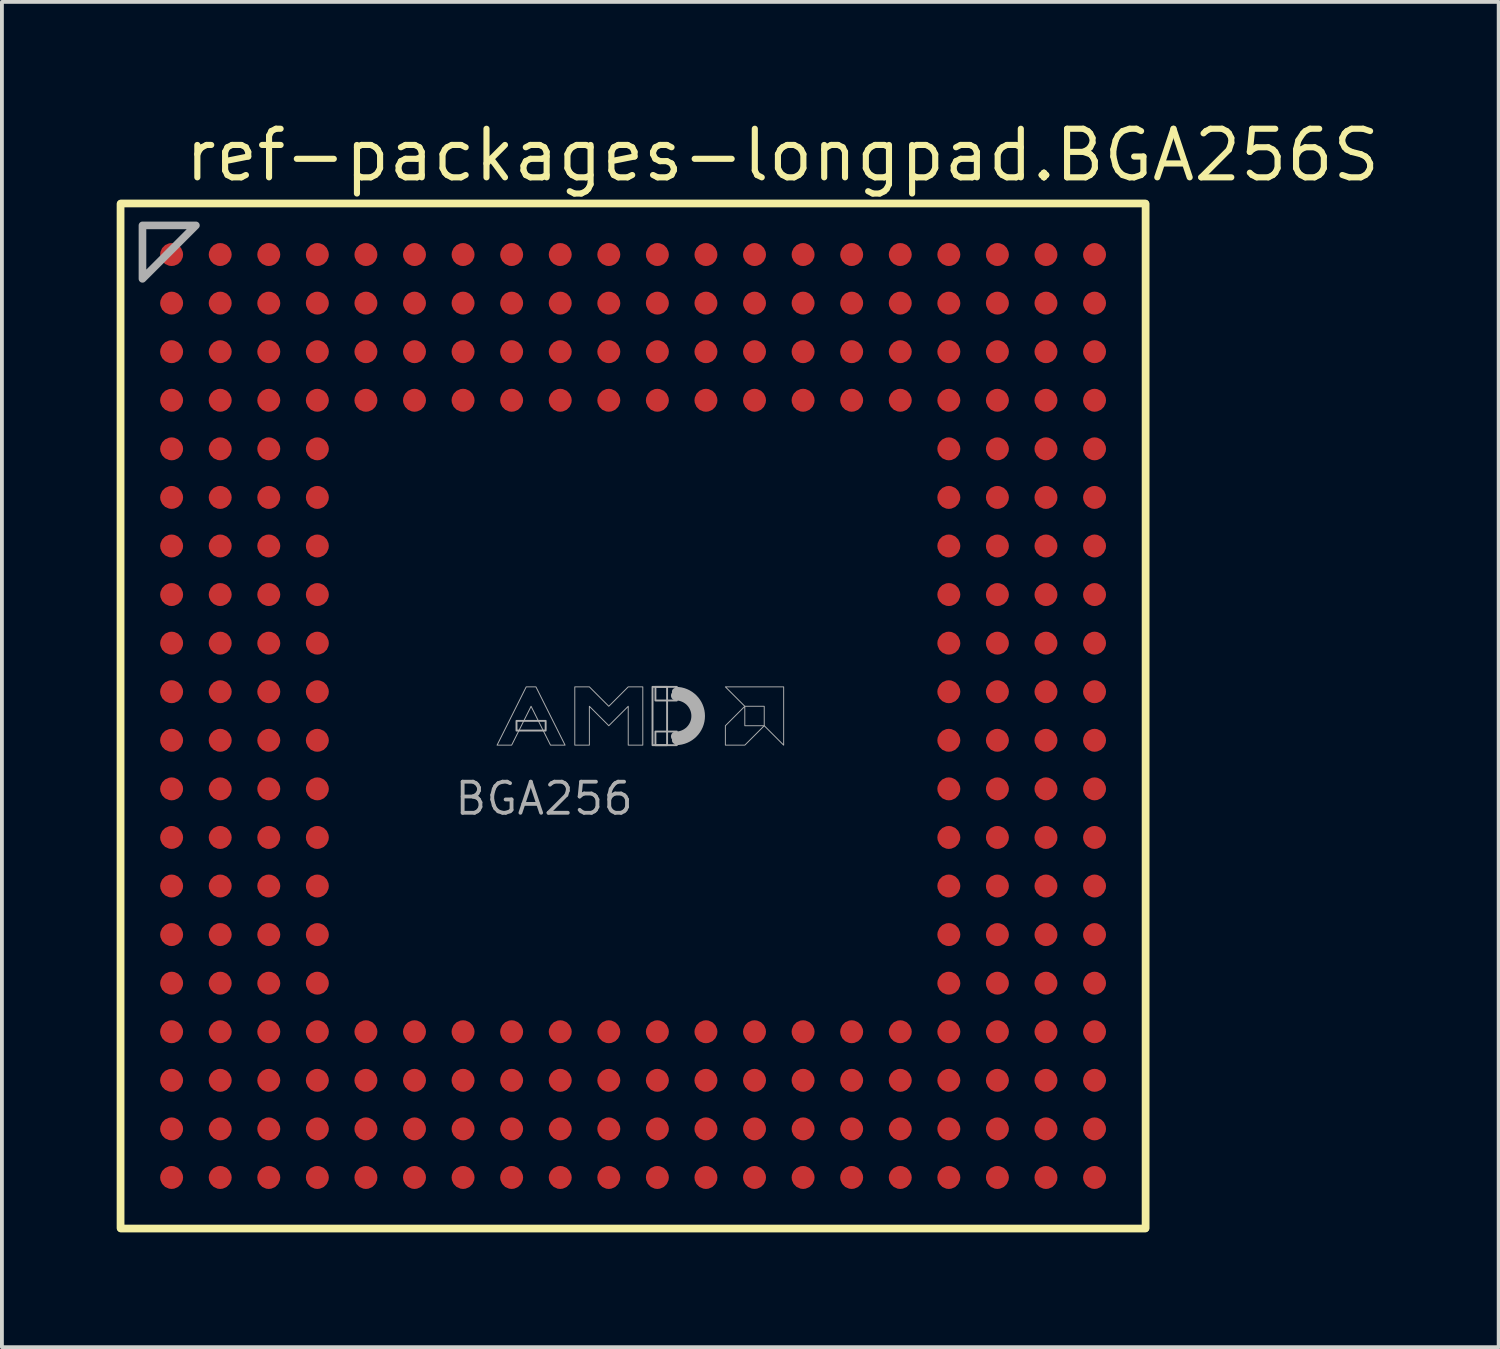
<source format=kicad_pcb>
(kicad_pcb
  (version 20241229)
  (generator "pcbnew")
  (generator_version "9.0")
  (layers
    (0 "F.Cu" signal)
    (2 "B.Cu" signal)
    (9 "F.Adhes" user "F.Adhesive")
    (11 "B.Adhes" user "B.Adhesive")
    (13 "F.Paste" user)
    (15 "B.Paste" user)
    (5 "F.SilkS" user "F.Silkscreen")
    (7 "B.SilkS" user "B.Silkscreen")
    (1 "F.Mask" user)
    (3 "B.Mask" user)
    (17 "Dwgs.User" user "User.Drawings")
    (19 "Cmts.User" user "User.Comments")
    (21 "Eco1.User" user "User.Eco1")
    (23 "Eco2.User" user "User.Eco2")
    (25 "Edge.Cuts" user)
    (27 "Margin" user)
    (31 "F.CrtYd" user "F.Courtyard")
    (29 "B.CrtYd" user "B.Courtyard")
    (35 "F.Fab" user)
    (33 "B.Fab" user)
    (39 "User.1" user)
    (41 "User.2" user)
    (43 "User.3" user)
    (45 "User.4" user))
  (footprint "ref-packages-longpad.BGA256S"
    (layer "F.Cu")
    (at 13.502 15.67)
    (property "Reference" "ref-packages-longpad.BGA256S" (at -11.8 -13.92 0) (layer "F.SilkS") (effects (font (size 1.27 1.27) (thickness 0.16)) (justify left bottom)))
    (attr smd)
    (fp_line (start -13.4 13.389) (end -13.4 -13.389) (stroke (width 0.203) (type default)) (layer "F.SilkS"))
    (fp_line (start -13.389 -13.4) (end 13.389 -13.4) (stroke (width 0.203) (type default)) (layer "F.SilkS"))
    (fp_line (start 13.389 13.4) (end -13.389 13.4) (stroke (width 0.203) (type default)) (layer "F.SilkS"))
    (fp_line (start 13.4 -13.389) (end 13.4 13.389) (stroke (width 0.203) (type default)) (layer "F.SilkS"))
    (fp_rect (start -3.048 0.381) (end -2.286 0.127) (stroke (width 0.05) (type default)) (fill no) (layer "F.Fab"))
    (fp_rect (start 0.508 0.762) (end 0.889 -0.762) (stroke (width 0.05) (type default)) (fill no) (layer "F.Fab"))
    (fp_rect (start 0.584 -0.406) (end 1.143 -0.762) (stroke (width 0.05) (type default)) (fill no) (layer "F.Fab"))
    (fp_rect (start 0.584 0.762) (end 1.143 0.406) (stroke (width 0.05) (type default)) (fill no) (layer "F.Fab"))
    (fp_arc (start 1.1176 -0.7366) (mid 1.8542 0) (end 1.1176 0.7366) (stroke (width 0.0508) (type default)) (layer "F.Fab"))
    (fp_arc (start 1.1176 -0.635) (mid 1.7526 0) (end 1.1176 0.635) (stroke (width 0.2032) (type default)) (layer "F.Fab"))
    (fp_arc (start 1.1176 -0.5334) (mid 1.651 0) (end 1.1176 0.5334) (stroke (width 0.254) (type default)) (layer "F.Fab"))
    (fp_poly (pts (xy -12.827 -12.827) (xy -11.43 -12.827) (xy -12.827 -11.43)) (stroke (width 0.2) (type default)) (fill no) (layer "F.Fab"))
    (fp_poly (pts (xy 2.413 -0.762) (xy 3.937 -0.762) (xy 3.937 0.762) (xy 3.429 0.254) (xy 3.429 -0.254) (xy 2.921 -0.254)) (stroke (width 0.025) (type default)) (fill no) (layer "F.Fab"))
    (fp_poly (pts (xy 2.921 -0.254) (xy 2.413 0.254) (xy 2.413 0.762) (xy 2.921 0.762) (xy 3.429 0.254) (xy 2.921 0.254)) (stroke (width 0.025) (type default)) (fill no) (layer "F.Fab"))
    (fp_poly (pts (xy -3.556 0.762) (xy -2.794 -0.762) (xy -2.54 -0.762) (xy -1.778 0.762) (xy -2.159 0.762) (xy -2.667 -0.254) (xy -3.175 0.762)) (stroke (width 0.025) (type default)) (fill no) (layer "F.Fab"))
    (fp_poly (pts (xy -1.524 0.762) (xy -1.524 -0.762) (xy -1.143 -0.762) (xy -0.635 -0.254) (xy -0.127 -0.762) (xy 0.254 -0.762) (xy 0.254 0.762) (xy -0.127 0.762) (xy -0.127 -0.254) (xy -0.635 0.254) (xy -1.143 -0.254) (xy -1.143 0.762)) (stroke (width 0.025) (type default)) (fill no) (layer "F.Fab"))
    (fp_text user "BGA256" (at -4.715 2.635 0) (layer "F.Fab") (effects (font (size 0.813 0.813) (thickness 0.1)) (justify left bottom)))
    (pad "A1" smd roundrect (at -12.065 -12.065) (size 0.6 0.6) (layers "F.Cu" "F.Mask" "F.Paste") (roundrect_rratio 0.5))
    (pad "A2" smd roundrect (at -10.795 -12.065) (size 0.6 0.6) (layers "F.Cu" "F.Mask" "F.Paste") (roundrect_rratio 0.5))
    (pad "A3" smd roundrect (at -9.525 -12.065) (size 0.6 0.6) (layers "F.Cu" "F.Mask" "F.Paste") (roundrect_rratio 0.5))
    (pad "A4" smd roundrect (at -8.255 -12.065) (size 0.6 0.6) (layers "F.Cu" "F.Mask" "F.Paste") (roundrect_rratio 0.5))
    (pad "A5" smd roundrect (at -6.985 -12.065) (size 0.6 0.6) (layers "F.Cu" "F.Mask" "F.Paste") (roundrect_rratio 0.5))
    (pad "A6" smd roundrect (at -5.715 -12.065) (size 0.6 0.6) (layers "F.Cu" "F.Mask" "F.Paste") (roundrect_rratio 0.5))
    (pad "A7" smd roundrect (at -4.445 -12.065) (size 0.6 0.6) (layers "F.Cu" "F.Mask" "F.Paste") (roundrect_rratio 0.5))
    (pad "A8" smd roundrect (at -3.175 -12.065) (size 0.6 0.6) (layers "F.Cu" "F.Mask" "F.Paste") (roundrect_rratio 0.5))
    (pad "A9" smd roundrect (at -1.905 -12.065) (size 0.6 0.6) (layers "F.Cu" "F.Mask" "F.Paste") (roundrect_rratio 0.5))
    (pad "A10" smd roundrect (at -0.635 -12.065) (size 0.6 0.6) (layers "F.Cu" "F.Mask" "F.Paste") (roundrect_rratio 0.5))
    (pad "A11" smd roundrect (at 0.635 -12.065) (size 0.6 0.6) (layers "F.Cu" "F.Mask" "F.Paste") (roundrect_rratio 0.5))
    (pad "A12" smd roundrect (at 1.905 -12.065) (size 0.6 0.6) (layers "F.Cu" "F.Mask" "F.Paste") (roundrect_rratio 0.5))
    (pad "A13" smd roundrect (at 3.175 -12.065) (size 0.6 0.6) (layers "F.Cu" "F.Mask" "F.Paste") (roundrect_rratio 0.5))
    (pad "A14" smd roundrect (at 4.445 -12.065) (size 0.6 0.6) (layers "F.Cu" "F.Mask" "F.Paste") (roundrect_rratio 0.5))
    (pad "A15" smd roundrect (at 5.715 -12.065) (size 0.6 0.6) (layers "F.Cu" "F.Mask" "F.Paste") (roundrect_rratio 0.5))
    (pad "A16" smd roundrect (at 6.985 -12.065) (size 0.6 0.6) (layers "F.Cu" "F.Mask" "F.Paste") (roundrect_rratio 0.5))
    (pad "A17" smd roundrect (at 8.255 -12.065) (size 0.6 0.6) (layers "F.Cu" "F.Mask" "F.Paste") (roundrect_rratio 0.5))
    (pad "A18" smd roundrect (at 9.525 -12.065) (size 0.6 0.6) (layers "F.Cu" "F.Mask" "F.Paste") (roundrect_rratio 0.5))
    (pad "A19" smd roundrect (at 10.795 -12.065) (size 0.6 0.6) (layers "F.Cu" "F.Mask" "F.Paste") (roundrect_rratio 0.5))
    (pad "A20" smd roundrect (at 12.065 -12.065) (size 0.6 0.6) (layers "F.Cu" "F.Mask" "F.Paste") (roundrect_rratio 0.5))
    (pad "B1" smd roundrect (at -12.065 -10.795) (size 0.6 0.6) (layers "F.Cu" "F.Mask" "F.Paste") (roundrect_rratio 0.5))
    (pad "B2" smd roundrect (at -10.795 -10.795) (size 0.6 0.6) (layers "F.Cu" "F.Mask" "F.Paste") (roundrect_rratio 0.5))
    (pad "B3" smd roundrect (at -9.525 -10.795) (size 0.6 0.6) (layers "F.Cu" "F.Mask" "F.Paste") (roundrect_rratio 0.5))
    (pad "B4" smd roundrect (at -8.255 -10.795) (size 0.6 0.6) (layers "F.Cu" "F.Mask" "F.Paste") (roundrect_rratio 0.5))
    (pad "B5" smd roundrect (at -6.985 -10.795) (size 0.6 0.6) (layers "F.Cu" "F.Mask" "F.Paste") (roundrect_rratio 0.5))
    (pad "B6" smd roundrect (at -5.715 -10.795) (size 0.6 0.6) (layers "F.Cu" "F.Mask" "F.Paste") (roundrect_rratio 0.5))
    (pad "B7" smd roundrect (at -4.445 -10.795) (size 0.6 0.6) (layers "F.Cu" "F.Mask" "F.Paste") (roundrect_rratio 0.5))
    (pad "B8" smd roundrect (at -3.175 -10.795) (size 0.6 0.6) (layers "F.Cu" "F.Mask" "F.Paste") (roundrect_rratio 0.5))
    (pad "B9" smd roundrect (at -1.905 -10.795) (size 0.6 0.6) (layers "F.Cu" "F.Mask" "F.Paste") (roundrect_rratio 0.5))
    (pad "B10" smd roundrect (at -0.635 -10.795) (size 0.6 0.6) (layers "F.Cu" "F.Mask" "F.Paste") (roundrect_rratio 0.5))
    (pad "B11" smd roundrect (at 0.635 -10.795) (size 0.6 0.6) (layers "F.Cu" "F.Mask" "F.Paste") (roundrect_rratio 0.5))
    (pad "B12" smd roundrect (at 1.905 -10.795) (size 0.6 0.6) (layers "F.Cu" "F.Mask" "F.Paste") (roundrect_rratio 0.5))
    (pad "B13" smd roundrect (at 3.175 -10.795) (size 0.6 0.6) (layers "F.Cu" "F.Mask" "F.Paste") (roundrect_rratio 0.5))
    (pad "B14" smd roundrect (at 4.445 -10.795) (size 0.6 0.6) (layers "F.Cu" "F.Mask" "F.Paste") (roundrect_rratio 0.5))
    (pad "B15" smd roundrect (at 5.715 -10.795) (size 0.6 0.6) (layers "F.Cu" "F.Mask" "F.Paste") (roundrect_rratio 0.5))
    (pad "B16" smd roundrect (at 6.985 -10.795) (size 0.6 0.6) (layers "F.Cu" "F.Mask" "F.Paste") (roundrect_rratio 0.5))
    (pad "B17" smd roundrect (at 8.255 -10.795) (size 0.6 0.6) (layers "F.Cu" "F.Mask" "F.Paste") (roundrect_rratio 0.5))
    (pad "B18" smd roundrect (at 9.525 -10.795) (size 0.6 0.6) (layers "F.Cu" "F.Mask" "F.Paste") (roundrect_rratio 0.5))
    (pad "B19" smd roundrect (at 10.795 -10.795) (size 0.6 0.6) (layers "F.Cu" "F.Mask" "F.Paste") (roundrect_rratio 0.5))
    (pad "B20" smd roundrect (at 12.065 -10.795) (size 0.6 0.6) (layers "F.Cu" "F.Mask" "F.Paste") (roundrect_rratio 0.5))
    (pad "C1" smd roundrect (at -12.065 -9.525) (size 0.6 0.6) (layers "F.Cu" "F.Mask" "F.Paste") (roundrect_rratio 0.5))
    (pad "C2" smd roundrect (at -10.795 -9.525) (size 0.6 0.6) (layers "F.Cu" "F.Mask" "F.Paste") (roundrect_rratio 0.5))
    (pad "C3" smd roundrect (at -9.525 -9.525) (size 0.6 0.6) (layers "F.Cu" "F.Mask" "F.Paste") (roundrect_rratio 0.5))
    (pad "C4" smd roundrect (at -8.255 -9.525) (size 0.6 0.6) (layers "F.Cu" "F.Mask" "F.Paste") (roundrect_rratio 0.5))
    (pad "C5" smd roundrect (at -6.985 -9.525) (size 0.6 0.6) (layers "F.Cu" "F.Mask" "F.Paste") (roundrect_rratio 0.5))
    (pad "C6" smd roundrect (at -5.715 -9.525) (size 0.6 0.6) (layers "F.Cu" "F.Mask" "F.Paste") (roundrect_rratio 0.5))
    (pad "C7" smd roundrect (at -4.445 -9.525) (size 0.6 0.6) (layers "F.Cu" "F.Mask" "F.Paste") (roundrect_rratio 0.5))
    (pad "C8" smd roundrect (at -3.175 -9.525) (size 0.6 0.6) (layers "F.Cu" "F.Mask" "F.Paste") (roundrect_rratio 0.5))
    (pad "C9" smd roundrect (at -1.905 -9.525) (size 0.6 0.6) (layers "F.Cu" "F.Mask" "F.Paste") (roundrect_rratio 0.5))
    (pad "C10" smd roundrect (at -0.635 -9.525) (size 0.6 0.6) (layers "F.Cu" "F.Mask" "F.Paste") (roundrect_rratio 0.5))
    (pad "C11" smd roundrect (at 0.635 -9.525) (size 0.6 0.6) (layers "F.Cu" "F.Mask" "F.Paste") (roundrect_rratio 0.5))
    (pad "C12" smd roundrect (at 1.905 -9.525) (size 0.6 0.6) (layers "F.Cu" "F.Mask" "F.Paste") (roundrect_rratio 0.5))
    (pad "C13" smd roundrect (at 3.175 -9.525) (size 0.6 0.6) (layers "F.Cu" "F.Mask" "F.Paste") (roundrect_rratio 0.5))
    (pad "C14" smd roundrect (at 4.445 -9.525) (size 0.6 0.6) (layers "F.Cu" "F.Mask" "F.Paste") (roundrect_rratio 0.5))
    (pad "C15" smd roundrect (at 5.715 -9.525) (size 0.6 0.6) (layers "F.Cu" "F.Mask" "F.Paste") (roundrect_rratio 0.5))
    (pad "C16" smd roundrect (at 6.985 -9.525) (size 0.6 0.6) (layers "F.Cu" "F.Mask" "F.Paste") (roundrect_rratio 0.5))
    (pad "C17" smd roundrect (at 8.255 -9.525) (size 0.6 0.6) (layers "F.Cu" "F.Mask" "F.Paste") (roundrect_rratio 0.5))
    (pad "C18" smd roundrect (at 9.525 -9.525) (size 0.6 0.6) (layers "F.Cu" "F.Mask" "F.Paste") (roundrect_rratio 0.5))
    (pad "C19" smd roundrect (at 10.795 -9.525) (size 0.6 0.6) (layers "F.Cu" "F.Mask" "F.Paste") (roundrect_rratio 0.5))
    (pad "C20" smd roundrect (at 12.065 -9.525) (size 0.6 0.6) (layers "F.Cu" "F.Mask" "F.Paste") (roundrect_rratio 0.5))
    (pad "D1" smd roundrect (at -12.065 -8.255) (size 0.6 0.6) (layers "F.Cu" "F.Mask" "F.Paste") (roundrect_rratio 0.5))
    (pad "D2" smd roundrect (at -10.795 -8.255) (size 0.6 0.6) (layers "F.Cu" "F.Mask" "F.Paste") (roundrect_rratio 0.5))
    (pad "D3" smd roundrect (at -9.525 -8.255) (size 0.6 0.6) (layers "F.Cu" "F.Mask" "F.Paste") (roundrect_rratio 0.5))
    (pad "D4" smd roundrect (at -8.255 -8.255) (size 0.6 0.6) (layers "F.Cu" "F.Mask" "F.Paste") (roundrect_rratio 0.5))
    (pad "D5" smd roundrect (at -6.985 -8.255) (size 0.6 0.6) (layers "F.Cu" "F.Mask" "F.Paste") (roundrect_rratio 0.5))
    (pad "D6" smd roundrect (at -5.715 -8.255) (size 0.6 0.6) (layers "F.Cu" "F.Mask" "F.Paste") (roundrect_rratio 0.5))
    (pad "D7" smd roundrect (at -4.445 -8.255) (size 0.6 0.6) (layers "F.Cu" "F.Mask" "F.Paste") (roundrect_rratio 0.5))
    (pad "D8" smd roundrect (at -3.175 -8.255) (size 0.6 0.6) (layers "F.Cu" "F.Mask" "F.Paste") (roundrect_rratio 0.5))
    (pad "D9" smd roundrect (at -1.905 -8.255) (size 0.6 0.6) (layers "F.Cu" "F.Mask" "F.Paste") (roundrect_rratio 0.5))
    (pad "D10" smd roundrect (at -0.635 -8.255) (size 0.6 0.6) (layers "F.Cu" "F.Mask" "F.Paste") (roundrect_rratio 0.5))
    (pad "D11" smd roundrect (at 0.635 -8.255) (size 0.6 0.6) (layers "F.Cu" "F.Mask" "F.Paste") (roundrect_rratio 0.5))
    (pad "D12" smd roundrect (at 1.905 -8.255) (size 0.6 0.6) (layers "F.Cu" "F.Mask" "F.Paste") (roundrect_rratio 0.5))
    (pad "D13" smd roundrect (at 3.175 -8.255) (size 0.6 0.6) (layers "F.Cu" "F.Mask" "F.Paste") (roundrect_rratio 0.5))
    (pad "D14" smd roundrect (at 4.445 -8.255) (size 0.6 0.6) (layers "F.Cu" "F.Mask" "F.Paste") (roundrect_rratio 0.5))
    (pad "D15" smd roundrect (at 5.715 -8.255) (size 0.6 0.6) (layers "F.Cu" "F.Mask" "F.Paste") (roundrect_rratio 0.5))
    (pad "D16" smd roundrect (at 6.985 -8.255) (size 0.6 0.6) (layers "F.Cu" "F.Mask" "F.Paste") (roundrect_rratio 0.5))
    (pad "D17" smd roundrect (at 8.255 -8.255) (size 0.6 0.6) (layers "F.Cu" "F.Mask" "F.Paste") (roundrect_rratio 0.5))
    (pad "D18" smd roundrect (at 9.525 -8.255) (size 0.6 0.6) (layers "F.Cu" "F.Mask" "F.Paste") (roundrect_rratio 0.5))
    (pad "D19" smd roundrect (at 10.795 -8.255) (size 0.6 0.6) (layers "F.Cu" "F.Mask" "F.Paste") (roundrect_rratio 0.5))
    (pad "D20" smd roundrect (at 12.065 -8.255) (size 0.6 0.6) (layers "F.Cu" "F.Mask" "F.Paste") (roundrect_rratio 0.5))
    (pad "E1" smd roundrect (at -12.065 -6.985) (size 0.6 0.6) (layers "F.Cu" "F.Mask" "F.Paste") (roundrect_rratio 0.5))
    (pad "E2" smd roundrect (at -10.795 -6.985) (size 0.6 0.6) (layers "F.Cu" "F.Mask" "F.Paste") (roundrect_rratio 0.5))
    (pad "E3" smd roundrect (at -9.525 -6.985) (size 0.6 0.6) (layers "F.Cu" "F.Mask" "F.Paste") (roundrect_rratio 0.5))
    (pad "E4" smd roundrect (at -8.255 -6.985) (size 0.6 0.6) (layers "F.Cu" "F.Mask" "F.Paste") (roundrect_rratio 0.5))
    (pad "E17" smd roundrect (at 8.255 -6.985) (size 0.6 0.6) (layers "F.Cu" "F.Mask" "F.Paste") (roundrect_rratio 0.5))
    (pad "E18" smd roundrect (at 9.525 -6.985) (size 0.6 0.6) (layers "F.Cu" "F.Mask" "F.Paste") (roundrect_rratio 0.5))
    (pad "E19" smd roundrect (at 10.795 -6.985) (size 0.6 0.6) (layers "F.Cu" "F.Mask" "F.Paste") (roundrect_rratio 0.5))
    (pad "E20" smd roundrect (at 12.065 -6.985) (size 0.6 0.6) (layers "F.Cu" "F.Mask" "F.Paste") (roundrect_rratio 0.5))
    (pad "F1" smd roundrect (at -12.065 -5.715) (size 0.6 0.6) (layers "F.Cu" "F.Mask" "F.Paste") (roundrect_rratio 0.5))
    (pad "F2" smd roundrect (at -10.795 -5.715) (size 0.6 0.6) (layers "F.Cu" "F.Mask" "F.Paste") (roundrect_rratio 0.5))
    (pad "F3" smd roundrect (at -9.525 -5.715) (size 0.6 0.6) (layers "F.Cu" "F.Mask" "F.Paste") (roundrect_rratio 0.5))
    (pad "F4" smd roundrect (at -8.255 -5.715) (size 0.6 0.6) (layers "F.Cu" "F.Mask" "F.Paste") (roundrect_rratio 0.5))
    (pad "F17" smd roundrect (at 8.255 -5.715) (size 0.6 0.6) (layers "F.Cu" "F.Mask" "F.Paste") (roundrect_rratio 0.5))
    (pad "F18" smd roundrect (at 9.525 -5.715) (size 0.6 0.6) (layers "F.Cu" "F.Mask" "F.Paste") (roundrect_rratio 0.5))
    (pad "F19" smd roundrect (at 10.795 -5.715) (size 0.6 0.6) (layers "F.Cu" "F.Mask" "F.Paste") (roundrect_rratio 0.5))
    (pad "F20" smd roundrect (at 12.065 -5.715) (size 0.6 0.6) (layers "F.Cu" "F.Mask" "F.Paste") (roundrect_rratio 0.5))
    (pad "G1" smd roundrect (at -12.065 -4.445) (size 0.6 0.6) (layers "F.Cu" "F.Mask" "F.Paste") (roundrect_rratio 0.5))
    (pad "G2" smd roundrect (at -10.795 -4.445) (size 0.6 0.6) (layers "F.Cu" "F.Mask" "F.Paste") (roundrect_rratio 0.5))
    (pad "G3" smd roundrect (at -9.525 -4.445) (size 0.6 0.6) (layers "F.Cu" "F.Mask" "F.Paste") (roundrect_rratio 0.5))
    (pad "G4" smd roundrect (at -8.255 -4.445) (size 0.6 0.6) (layers "F.Cu" "F.Mask" "F.Paste") (roundrect_rratio 0.5))
    (pad "G17" smd roundrect (at 8.255 -4.445) (size 0.6 0.6) (layers "F.Cu" "F.Mask" "F.Paste") (roundrect_rratio 0.5))
    (pad "G18" smd roundrect (at 9.525 -4.445) (size 0.6 0.6) (layers "F.Cu" "F.Mask" "F.Paste") (roundrect_rratio 0.5))
    (pad "G19" smd roundrect (at 10.795 -4.445) (size 0.6 0.6) (layers "F.Cu" "F.Mask" "F.Paste") (roundrect_rratio 0.5))
    (pad "G20" smd roundrect (at 12.065 -4.445) (size 0.6 0.6) (layers "F.Cu" "F.Mask" "F.Paste") (roundrect_rratio 0.5))
    (pad "H1" smd roundrect (at -12.065 -3.175) (size 0.6 0.6) (layers "F.Cu" "F.Mask" "F.Paste") (roundrect_rratio 0.5))
    (pad "H2" smd roundrect (at -10.795 -3.175) (size 0.6 0.6) (layers "F.Cu" "F.Mask" "F.Paste") (roundrect_rratio 0.5))
    (pad "H3" smd roundrect (at -9.525 -3.175) (size 0.6 0.6) (layers "F.Cu" "F.Mask" "F.Paste") (roundrect_rratio 0.5))
    (pad "H4" smd roundrect (at -8.255 -3.175) (size 0.6 0.6) (layers "F.Cu" "F.Mask" "F.Paste") (roundrect_rratio 0.5))
    (pad "H17" smd roundrect (at 8.255 -3.175) (size 0.6 0.6) (layers "F.Cu" "F.Mask" "F.Paste") (roundrect_rratio 0.5))
    (pad "H18" smd roundrect (at 9.525 -3.175) (size 0.6 0.6) (layers "F.Cu" "F.Mask" "F.Paste") (roundrect_rratio 0.5))
    (pad "H19" smd roundrect (at 10.795 -3.175) (size 0.6 0.6) (layers "F.Cu" "F.Mask" "F.Paste") (roundrect_rratio 0.5))
    (pad "H20" smd roundrect (at 12.065 -3.175) (size 0.6 0.6) (layers "F.Cu" "F.Mask" "F.Paste") (roundrect_rratio 0.5))
    (pad "J1" smd roundrect (at -12.065 -1.905) (size 0.6 0.6) (layers "F.Cu" "F.Mask" "F.Paste") (roundrect_rratio 0.5))
    (pad "J2" smd roundrect (at -10.795 -1.905) (size 0.6 0.6) (layers "F.Cu" "F.Mask" "F.Paste") (roundrect_rratio 0.5))
    (pad "J3" smd roundrect (at -9.525 -1.905) (size 0.6 0.6) (layers "F.Cu" "F.Mask" "F.Paste") (roundrect_rratio 0.5))
    (pad "J4" smd roundrect (at -8.255 -1.905) (size 0.6 0.6) (layers "F.Cu" "F.Mask" "F.Paste") (roundrect_rratio 0.5))
    (pad "J17" smd roundrect (at 8.255 -1.905) (size 0.6 0.6) (layers "F.Cu" "F.Mask" "F.Paste") (roundrect_rratio 0.5))
    (pad "J18" smd roundrect (at 9.525 -1.905) (size 0.6 0.6) (layers "F.Cu" "F.Mask" "F.Paste") (roundrect_rratio 0.5))
    (pad "J19" smd roundrect (at 10.795 -1.905) (size 0.6 0.6) (layers "F.Cu" "F.Mask" "F.Paste") (roundrect_rratio 0.5))
    (pad "J20" smd roundrect (at 12.065 -1.905) (size 0.6 0.6) (layers "F.Cu" "F.Mask" "F.Paste") (roundrect_rratio 0.5))
    (pad "K1" smd roundrect (at -12.065 -0.635) (size 0.6 0.6) (layers "F.Cu" "F.Mask" "F.Paste") (roundrect_rratio 0.5))
    (pad "K2" smd roundrect (at -10.795 -0.635) (size 0.6 0.6) (layers "F.Cu" "F.Mask" "F.Paste") (roundrect_rratio 0.5))
    (pad "K3" smd roundrect (at -9.525 -0.635) (size 0.6 0.6) (layers "F.Cu" "F.Mask" "F.Paste") (roundrect_rratio 0.5))
    (pad "K4" smd roundrect (at -8.255 -0.635) (size 0.6 0.6) (layers "F.Cu" "F.Mask" "F.Paste") (roundrect_rratio 0.5))
    (pad "K17" smd roundrect (at 8.255 -0.635) (size 0.6 0.6) (layers "F.Cu" "F.Mask" "F.Paste") (roundrect_rratio 0.5))
    (pad "K18" smd roundrect (at 9.525 -0.635) (size 0.6 0.6) (layers "F.Cu" "F.Mask" "F.Paste") (roundrect_rratio 0.5))
    (pad "K19" smd roundrect (at 10.795 -0.635) (size 0.6 0.6) (layers "F.Cu" "F.Mask" "F.Paste") (roundrect_rratio 0.5))
    (pad "K20" smd roundrect (at 12.065 -0.635) (size 0.6 0.6) (layers "F.Cu" "F.Mask" "F.Paste") (roundrect_rratio 0.5))
    (pad "L1" smd roundrect (at -12.065 0.635) (size 0.6 0.6) (layers "F.Cu" "F.Mask" "F.Paste") (roundrect_rratio 0.5))
    (pad "L2" smd roundrect (at -10.795 0.635) (size 0.6 0.6) (layers "F.Cu" "F.Mask" "F.Paste") (roundrect_rratio 0.5))
    (pad "L3" smd roundrect (at -9.525 0.635) (size 0.6 0.6) (layers "F.Cu" "F.Mask" "F.Paste") (roundrect_rratio 0.5))
    (pad "L4" smd roundrect (at -8.255 0.635) (size 0.6 0.6) (layers "F.Cu" "F.Mask" "F.Paste") (roundrect_rratio 0.5))
    (pad "L17" smd roundrect (at 8.255 0.635) (size 0.6 0.6) (layers "F.Cu" "F.Mask" "F.Paste") (roundrect_rratio 0.5))
    (pad "L18" smd roundrect (at 9.525 0.635) (size 0.6 0.6) (layers "F.Cu" "F.Mask" "F.Paste") (roundrect_rratio 0.5))
    (pad "L19" smd roundrect (at 10.795 0.635) (size 0.6 0.6) (layers "F.Cu" "F.Mask" "F.Paste") (roundrect_rratio 0.5))
    (pad "L20" smd roundrect (at 12.065 0.635) (size 0.6 0.6) (layers "F.Cu" "F.Mask" "F.Paste") (roundrect_rratio 0.5))
    (pad "M1" smd roundrect (at -12.065 1.905) (size 0.6 0.6) (layers "F.Cu" "F.Mask" "F.Paste") (roundrect_rratio 0.5))
    (pad "M2" smd roundrect (at -10.795 1.905) (size 0.6 0.6) (layers "F.Cu" "F.Mask" "F.Paste") (roundrect_rratio 0.5))
    (pad "M3" smd roundrect (at -9.525 1.905) (size 0.6 0.6) (layers "F.Cu" "F.Mask" "F.Paste") (roundrect_rratio 0.5))
    (pad "M4" smd roundrect (at -8.255 1.905) (size 0.6 0.6) (layers "F.Cu" "F.Mask" "F.Paste") (roundrect_rratio 0.5))
    (pad "M17" smd roundrect (at 8.255 1.905) (size 0.6 0.6) (layers "F.Cu" "F.Mask" "F.Paste") (roundrect_rratio 0.5))
    (pad "M18" smd roundrect (at 9.525 1.905) (size 0.6 0.6) (layers "F.Cu" "F.Mask" "F.Paste") (roundrect_rratio 0.5))
    (pad "M19" smd roundrect (at 10.795 1.905) (size 0.6 0.6) (layers "F.Cu" "F.Mask" "F.Paste") (roundrect_rratio 0.5))
    (pad "M20" smd roundrect (at 12.065 1.905) (size 0.6 0.6) (layers "F.Cu" "F.Mask" "F.Paste") (roundrect_rratio 0.5))
    (pad "N1" smd roundrect (at -12.065 3.175) (size 0.6 0.6) (layers "F.Cu" "F.Mask" "F.Paste") (roundrect_rratio 0.5))
    (pad "N2" smd roundrect (at -10.795 3.175) (size 0.6 0.6) (layers "F.Cu" "F.Mask" "F.Paste") (roundrect_rratio 0.5))
    (pad "N3" smd roundrect (at -9.525 3.175) (size 0.6 0.6) (layers "F.Cu" "F.Mask" "F.Paste") (roundrect_rratio 0.5))
    (pad "N4" smd roundrect (at -8.255 3.175) (size 0.6 0.6) (layers "F.Cu" "F.Mask" "F.Paste") (roundrect_rratio 0.5))
    (pad "N17" smd roundrect (at 8.255 3.175) (size 0.6 0.6) (layers "F.Cu" "F.Mask" "F.Paste") (roundrect_rratio 0.5))
    (pad "N18" smd roundrect (at 9.525 3.175) (size 0.6 0.6) (layers "F.Cu" "F.Mask" "F.Paste") (roundrect_rratio 0.5))
    (pad "N19" smd roundrect (at 10.795 3.175) (size 0.6 0.6) (layers "F.Cu" "F.Mask" "F.Paste") (roundrect_rratio 0.5))
    (pad "N20" smd roundrect (at 12.065 3.175) (size 0.6 0.6) (layers "F.Cu" "F.Mask" "F.Paste") (roundrect_rratio 0.5))
    (pad "P1" smd roundrect (at -12.065 4.445) (size 0.6 0.6) (layers "F.Cu" "F.Mask" "F.Paste") (roundrect_rratio 0.5))
    (pad "P2" smd roundrect (at -10.795 4.445) (size 0.6 0.6) (layers "F.Cu" "F.Mask" "F.Paste") (roundrect_rratio 0.5))
    (pad "P3" smd roundrect (at -9.525 4.445) (size 0.6 0.6) (layers "F.Cu" "F.Mask" "F.Paste") (roundrect_rratio 0.5))
    (pad "P4" smd roundrect (at -8.255 4.445) (size 0.6 0.6) (layers "F.Cu" "F.Mask" "F.Paste") (roundrect_rratio 0.5))
    (pad "P17" smd roundrect (at 8.255 4.445) (size 0.6 0.6) (layers "F.Cu" "F.Mask" "F.Paste") (roundrect_rratio 0.5))
    (pad "P18" smd roundrect (at 9.525 4.445) (size 0.6 0.6) (layers "F.Cu" "F.Mask" "F.Paste") (roundrect_rratio 0.5))
    (pad "P19" smd roundrect (at 10.795 4.445) (size 0.6 0.6) (layers "F.Cu" "F.Mask" "F.Paste") (roundrect_rratio 0.5))
    (pad "P20" smd roundrect (at 12.065 4.445) (size 0.6 0.6) (layers "F.Cu" "F.Mask" "F.Paste") (roundrect_rratio 0.5))
    (pad "R1" smd roundrect (at -12.065 5.715) (size 0.6 0.6) (layers "F.Cu" "F.Mask" "F.Paste") (roundrect_rratio 0.5))
    (pad "R2" smd roundrect (at -10.795 5.715) (size 0.6 0.6) (layers "F.Cu" "F.Mask" "F.Paste") (roundrect_rratio 0.5))
    (pad "R3" smd roundrect (at -9.525 5.715) (size 0.6 0.6) (layers "F.Cu" "F.Mask" "F.Paste") (roundrect_rratio 0.5))
    (pad "R4" smd roundrect (at -8.255 5.715) (size 0.6 0.6) (layers "F.Cu" "F.Mask" "F.Paste") (roundrect_rratio 0.5))
    (pad "R17" smd roundrect (at 8.255 5.715) (size 0.6 0.6) (layers "F.Cu" "F.Mask" "F.Paste") (roundrect_rratio 0.5))
    (pad "R18" smd roundrect (at 9.525 5.715) (size 0.6 0.6) (layers "F.Cu" "F.Mask" "F.Paste") (roundrect_rratio 0.5))
    (pad "R19" smd roundrect (at 10.795 5.715) (size 0.6 0.6) (layers "F.Cu" "F.Mask" "F.Paste") (roundrect_rratio 0.5))
    (pad "R20" smd roundrect (at 12.065 5.715) (size 0.6 0.6) (layers "F.Cu" "F.Mask" "F.Paste") (roundrect_rratio 0.5))
    (pad "T1" smd roundrect (at -12.065 6.985) (size 0.6 0.6) (layers "F.Cu" "F.Mask" "F.Paste") (roundrect_rratio 0.5))
    (pad "T2" smd roundrect (at -10.795 6.985) (size 0.6 0.6) (layers "F.Cu" "F.Mask" "F.Paste") (roundrect_rratio 0.5))
    (pad "T3" smd roundrect (at -9.525 6.985) (size 0.6 0.6) (layers "F.Cu" "F.Mask" "F.Paste") (roundrect_rratio 0.5))
    (pad "T4" smd roundrect (at -8.255 6.985) (size 0.6 0.6) (layers "F.Cu" "F.Mask" "F.Paste") (roundrect_rratio 0.5))
    (pad "T17" smd roundrect (at 8.255 6.985) (size 0.6 0.6) (layers "F.Cu" "F.Mask" "F.Paste") (roundrect_rratio 0.5))
    (pad "T18" smd roundrect (at 9.525 6.985) (size 0.6 0.6) (layers "F.Cu" "F.Mask" "F.Paste") (roundrect_rratio 0.5))
    (pad "T19" smd roundrect (at 10.795 6.985) (size 0.6 0.6) (layers "F.Cu" "F.Mask" "F.Paste") (roundrect_rratio 0.5))
    (pad "T20" smd roundrect (at 12.065 6.985) (size 0.6 0.6) (layers "F.Cu" "F.Mask" "F.Paste") (roundrect_rratio 0.5))
    (pad "U1" smd roundrect (at -12.065 8.255) (size 0.6 0.6) (layers "F.Cu" "F.Mask" "F.Paste") (roundrect_rratio 0.5))
    (pad "U2" smd roundrect (at -10.795 8.255) (size 0.6 0.6) (layers "F.Cu" "F.Mask" "F.Paste") (roundrect_rratio 0.5))
    (pad "U3" smd roundrect (at -9.525 8.255) (size 0.6 0.6) (layers "F.Cu" "F.Mask" "F.Paste") (roundrect_rratio 0.5))
    (pad "U4" smd roundrect (at -8.255 8.255) (size 0.6 0.6) (layers "F.Cu" "F.Mask" "F.Paste") (roundrect_rratio 0.5))
    (pad "U5" smd roundrect (at -6.985 8.255) (size 0.6 0.6) (layers "F.Cu" "F.Mask" "F.Paste") (roundrect_rratio 0.5))
    (pad "U6" smd roundrect (at -5.715 8.255) (size 0.6 0.6) (layers "F.Cu" "F.Mask" "F.Paste") (roundrect_rratio 0.5))
    (pad "U7" smd roundrect (at -4.445 8.255) (size 0.6 0.6) (layers "F.Cu" "F.Mask" "F.Paste") (roundrect_rratio 0.5))
    (pad "U8" smd roundrect (at -3.175 8.255) (size 0.6 0.6) (layers "F.Cu" "F.Mask" "F.Paste") (roundrect_rratio 0.5))
    (pad "U9" smd roundrect (at -1.905 8.255) (size 0.6 0.6) (layers "F.Cu" "F.Mask" "F.Paste") (roundrect_rratio 0.5))
    (pad "U10" smd roundrect (at -0.635 8.255) (size 0.6 0.6) (layers "F.Cu" "F.Mask" "F.Paste") (roundrect_rratio 0.5))
    (pad "U11" smd roundrect (at 0.635 8.255) (size 0.6 0.6) (layers "F.Cu" "F.Mask" "F.Paste") (roundrect_rratio 0.5))
    (pad "U12" smd roundrect (at 1.905 8.255) (size 0.6 0.6) (layers "F.Cu" "F.Mask" "F.Paste") (roundrect_rratio 0.5))
    (pad "U13" smd roundrect (at 3.175 8.255) (size 0.6 0.6) (layers "F.Cu" "F.Mask" "F.Paste") (roundrect_rratio 0.5))
    (pad "U14" smd roundrect (at 4.445 8.255) (size 0.6 0.6) (layers "F.Cu" "F.Mask" "F.Paste") (roundrect_rratio 0.5))
    (pad "U15" smd roundrect (at 5.715 8.255) (size 0.6 0.6) (layers "F.Cu" "F.Mask" "F.Paste") (roundrect_rratio 0.5))
    (pad "U16" smd roundrect (at 6.985 8.255) (size 0.6 0.6) (layers "F.Cu" "F.Mask" "F.Paste") (roundrect_rratio 0.5))
    (pad "U17" smd roundrect (at 8.255 8.255) (size 0.6 0.6) (layers "F.Cu" "F.Mask" "F.Paste") (roundrect_rratio 0.5))
    (pad "U18" smd roundrect (at 9.525 8.255) (size 0.6 0.6) (layers "F.Cu" "F.Mask" "F.Paste") (roundrect_rratio 0.5))
    (pad "U19" smd roundrect (at 10.795 8.255) (size 0.6 0.6) (layers "F.Cu" "F.Mask" "F.Paste") (roundrect_rratio 0.5))
    (pad "U20" smd roundrect (at 12.065 8.255) (size 0.6 0.6) (layers "F.Cu" "F.Mask" "F.Paste") (roundrect_rratio 0.5))
    (pad "V1" smd roundrect (at -12.065 9.525) (size 0.6 0.6) (layers "F.Cu" "F.Mask" "F.Paste") (roundrect_rratio 0.5))
    (pad "V2" smd roundrect (at -10.795 9.525) (size 0.6 0.6) (layers "F.Cu" "F.Mask" "F.Paste") (roundrect_rratio 0.5))
    (pad "V3" smd roundrect (at -9.525 9.525) (size 0.6 0.6) (layers "F.Cu" "F.Mask" "F.Paste") (roundrect_rratio 0.5))
    (pad "V4" smd roundrect (at -8.255 9.525) (size 0.6 0.6) (layers "F.Cu" "F.Mask" "F.Paste") (roundrect_rratio 0.5))
    (pad "V5" smd roundrect (at -6.985 9.525) (size 0.6 0.6) (layers "F.Cu" "F.Mask" "F.Paste") (roundrect_rratio 0.5))
    (pad "V6" smd roundrect (at -5.715 9.525) (size 0.6 0.6) (layers "F.Cu" "F.Mask" "F.Paste") (roundrect_rratio 0.5))
    (pad "V7" smd roundrect (at -4.445 9.525) (size 0.6 0.6) (layers "F.Cu" "F.Mask" "F.Paste") (roundrect_rratio 0.5))
    (pad "V8" smd roundrect (at -3.175 9.525) (size 0.6 0.6) (layers "F.Cu" "F.Mask" "F.Paste") (roundrect_rratio 0.5))
    (pad "V9" smd roundrect (at -1.905 9.525) (size 0.6 0.6) (layers "F.Cu" "F.Mask" "F.Paste") (roundrect_rratio 0.5))
    (pad "V10" smd roundrect (at -0.635 9.525) (size 0.6 0.6) (layers "F.Cu" "F.Mask" "F.Paste") (roundrect_rratio 0.5))
    (pad "V11" smd roundrect (at 0.635 9.525) (size 0.6 0.6) (layers "F.Cu" "F.Mask" "F.Paste") (roundrect_rratio 0.5))
    (pad "V12" smd roundrect (at 1.905 9.525) (size 0.6 0.6) (layers "F.Cu" "F.Mask" "F.Paste") (roundrect_rratio 0.5))
    (pad "V13" smd roundrect (at 3.175 9.525) (size 0.6 0.6) (layers "F.Cu" "F.Mask" "F.Paste") (roundrect_rratio 0.5))
    (pad "V14" smd roundrect (at 4.445 9.525) (size 0.6 0.6) (layers "F.Cu" "F.Mask" "F.Paste") (roundrect_rratio 0.5))
    (pad "V15" smd roundrect (at 5.715 9.525) (size 0.6 0.6) (layers "F.Cu" "F.Mask" "F.Paste") (roundrect_rratio 0.5))
    (pad "V16" smd roundrect (at 6.985 9.525) (size 0.6 0.6) (layers "F.Cu" "F.Mask" "F.Paste") (roundrect_rratio 0.5))
    (pad "V17" smd roundrect (at 8.255 9.525) (size 0.6 0.6) (layers "F.Cu" "F.Mask" "F.Paste") (roundrect_rratio 0.5))
    (pad "V18" smd roundrect (at 9.525 9.525) (size 0.6 0.6) (layers "F.Cu" "F.Mask" "F.Paste") (roundrect_rratio 0.5))
    (pad "V19" smd roundrect (at 10.795 9.525) (size 0.6 0.6) (layers "F.Cu" "F.Mask" "F.Paste") (roundrect_rratio 0.5))
    (pad "V20" smd roundrect (at 12.065 9.525) (size 0.6 0.6) (layers "F.Cu" "F.Mask" "F.Paste") (roundrect_rratio 0.5))
    (pad "W1" smd roundrect (at -12.065 10.795) (size 0.6 0.6) (layers "F.Cu" "F.Mask" "F.Paste") (roundrect_rratio 0.5))
    (pad "W2" smd roundrect (at -10.795 10.795) (size 0.6 0.6) (layers "F.Cu" "F.Mask" "F.Paste") (roundrect_rratio 0.5))
    (pad "W3" smd roundrect (at -9.525 10.795) (size 0.6 0.6) (layers "F.Cu" "F.Mask" "F.Paste") (roundrect_rratio 0.5))
    (pad "W4" smd roundrect (at -8.255 10.795) (size 0.6 0.6) (layers "F.Cu" "F.Mask" "F.Paste") (roundrect_rratio 0.5))
    (pad "W5" smd roundrect (at -6.985 10.795) (size 0.6 0.6) (layers "F.Cu" "F.Mask" "F.Paste") (roundrect_rratio 0.5))
    (pad "W6" smd roundrect (at -5.715 10.795) (size 0.6 0.6) (layers "F.Cu" "F.Mask" "F.Paste") (roundrect_rratio 0.5))
    (pad "W7" smd roundrect (at -4.445 10.795) (size 0.6 0.6) (layers "F.Cu" "F.Mask" "F.Paste") (roundrect_rratio 0.5))
    (pad "W8" smd roundrect (at -3.175 10.795) (size 0.6 0.6) (layers "F.Cu" "F.Mask" "F.Paste") (roundrect_rratio 0.5))
    (pad "W9" smd roundrect (at -1.905 10.795) (size 0.6 0.6) (layers "F.Cu" "F.Mask" "F.Paste") (roundrect_rratio 0.5))
    (pad "W10" smd roundrect (at -0.635 10.795) (size 0.6 0.6) (layers "F.Cu" "F.Mask" "F.Paste") (roundrect_rratio 0.5))
    (pad "W11" smd roundrect (at 0.635 10.795) (size 0.6 0.6) (layers "F.Cu" "F.Mask" "F.Paste") (roundrect_rratio 0.5))
    (pad "W12" smd roundrect (at 1.905 10.795) (size 0.6 0.6) (layers "F.Cu" "F.Mask" "F.Paste") (roundrect_rratio 0.5))
    (pad "W13" smd roundrect (at 3.175 10.795) (size 0.6 0.6) (layers "F.Cu" "F.Mask" "F.Paste") (roundrect_rratio 0.5))
    (pad "W14" smd roundrect (at 4.445 10.795) (size 0.6 0.6) (layers "F.Cu" "F.Mask" "F.Paste") (roundrect_rratio 0.5))
    (pad "W15" smd roundrect (at 5.715 10.795) (size 0.6 0.6) (layers "F.Cu" "F.Mask" "F.Paste") (roundrect_rratio 0.5))
    (pad "W16" smd roundrect (at 6.985 10.795) (size 0.6 0.6) (layers "F.Cu" "F.Mask" "F.Paste") (roundrect_rratio 0.5))
    (pad "W17" smd roundrect (at 8.255 10.795) (size 0.6 0.6) (layers "F.Cu" "F.Mask" "F.Paste") (roundrect_rratio 0.5))
    (pad "W18" smd roundrect (at 9.525 10.795) (size 0.6 0.6) (layers "F.Cu" "F.Mask" "F.Paste") (roundrect_rratio 0.5))
    (pad "W19" smd roundrect (at 10.795 10.795) (size 0.6 0.6) (layers "F.Cu" "F.Mask" "F.Paste") (roundrect_rratio 0.5))
    (pad "W20" smd roundrect (at 12.065 10.795) (size 0.6 0.6) (layers "F.Cu" "F.Mask" "F.Paste") (roundrect_rratio 0.5))
    (pad "Y1" smd roundrect (at -12.065 12.065) (size 0.6 0.6) (layers "F.Cu" "F.Mask" "F.Paste") (roundrect_rratio 0.5))
    (pad "Y2" smd roundrect (at -10.795 12.065) (size 0.6 0.6) (layers "F.Cu" "F.Mask" "F.Paste") (roundrect_rratio 0.5))
    (pad "Y3" smd roundrect (at -9.525 12.065) (size 0.6 0.6) (layers "F.Cu" "F.Mask" "F.Paste") (roundrect_rratio 0.5))
    (pad "Y4" smd roundrect (at -8.255 12.065) (size 0.6 0.6) (layers "F.Cu" "F.Mask" "F.Paste") (roundrect_rratio 0.5))
    (pad "Y5" smd roundrect (at -6.985 12.065) (size 0.6 0.6) (layers "F.Cu" "F.Mask" "F.Paste") (roundrect_rratio 0.5))
    (pad "Y6" smd roundrect (at -5.715 12.065) (size 0.6 0.6) (layers "F.Cu" "F.Mask" "F.Paste") (roundrect_rratio 0.5))
    (pad "Y7" smd roundrect (at -4.445 12.065) (size 0.6 0.6) (layers "F.Cu" "F.Mask" "F.Paste") (roundrect_rratio 0.5))
    (pad "Y8" smd roundrect (at -3.175 12.065) (size 0.6 0.6) (layers "F.Cu" "F.Mask" "F.Paste") (roundrect_rratio 0.5))
    (pad "Y9" smd roundrect (at -1.905 12.065) (size 0.6 0.6) (layers "F.Cu" "F.Mask" "F.Paste") (roundrect_rratio 0.5))
    (pad "Y10" smd roundrect (at -0.635 12.065) (size 0.6 0.6) (layers "F.Cu" "F.Mask" "F.Paste") (roundrect_rratio 0.5))
    (pad "Y11" smd roundrect (at 0.635 12.065) (size 0.6 0.6) (layers "F.Cu" "F.Mask" "F.Paste") (roundrect_rratio 0.5))
    (pad "Y12" smd roundrect (at 1.905 12.065) (size 0.6 0.6) (layers "F.Cu" "F.Mask" "F.Paste") (roundrect_rratio 0.5))
    (pad "Y13" smd roundrect (at 3.175 12.065) (size 0.6 0.6) (layers "F.Cu" "F.Mask" "F.Paste") (roundrect_rratio 0.5))
    (pad "Y14" smd roundrect (at 4.445 12.065) (size 0.6 0.6) (layers "F.Cu" "F.Mask" "F.Paste") (roundrect_rratio 0.5))
    (pad "Y15" smd roundrect (at 5.715 12.065) (size 0.6 0.6) (layers "F.Cu" "F.Mask" "F.Paste") (roundrect_rratio 0.5))
    (pad "Y16" smd roundrect (at 6.985 12.065) (size 0.6 0.6) (layers "F.Cu" "F.Mask" "F.Paste") (roundrect_rratio 0.5))
    (pad "Y17" smd roundrect (at 8.255 12.065) (size 0.6 0.6) (layers "F.Cu" "F.Mask" "F.Paste") (roundrect_rratio 0.5))
    (pad "Y18" smd roundrect (at 9.525 12.065) (size 0.6 0.6) (layers "F.Cu" "F.Mask" "F.Paste") (roundrect_rratio 0.5))
    (pad "Y19" smd roundrect (at 10.795 12.065) (size 0.6 0.6) (layers "F.Cu" "F.Mask" "F.Paste") (roundrect_rratio 0.5))
    (pad "Y20" smd roundrect (at 12.065 12.065) (size 0.6 0.6) (layers "F.Cu" "F.Mask" "F.Paste") (roundrect_rratio 0.5)))
  (gr_rect
    (start -3 -3)
    (end 36.133 32.172)
    (stroke (width 0.1) (type default))
    (fill no)
    (layer "Edge.Cuts")))
</source>
